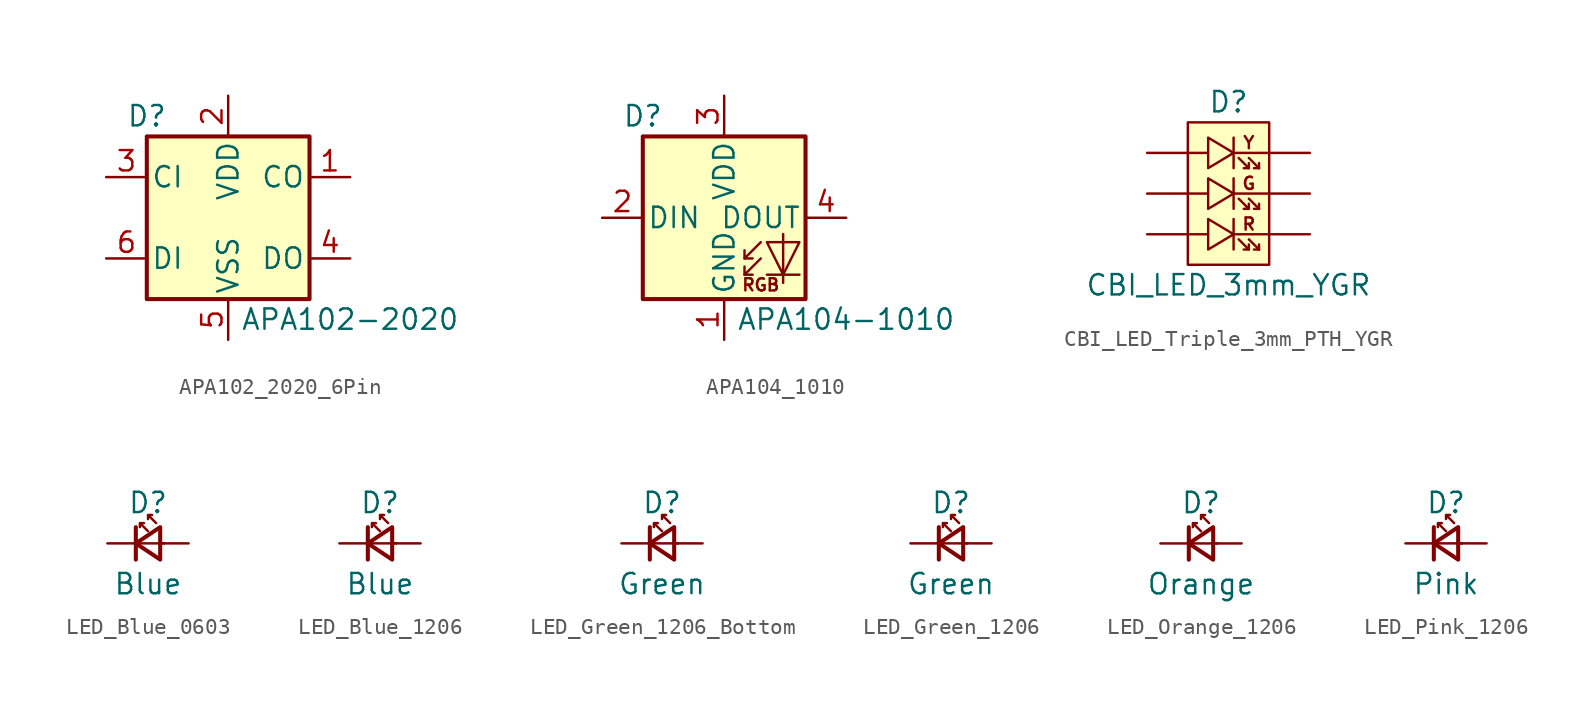
<source format=kicad_sym>
(kicad_symbol_lib
  (version 20241209)
  (generator "kicad_symbol_editor")
  (generator_version "9.0")
  (symbol "APA102_2020_6Pin"
    (pin_names
      (offset 0.254))
    (property "Reference" "D"
      (at -5.08 6.35 0)
      (effects (font (size 1.27 1.27))))
    (property "Value" "APA102-2020"
      (at 7.62 -6.35 0)
      (do_not_autoplace)
      (effects (font (size 1.27 1.27))))
    (symbol "APA102_2020_6Pin_0_1"
      (rectangle (start -5.08 5.08) (end 5.08 -5.08) (stroke (width 0.254) (type default)) (fill (type background))))
    (symbol "APA102_2020_6Pin_1_1"
      (pin input line (at -7.62 2.54 0) (length 2.54) (name "CI" (effects (font (size 1.27 1.27)))) (number "3" (effects (font (size 1.27 1.27)))))
      (pin input line (at -7.62 -2.54 0) (length 2.54) (name "DI" (effects (font (size 1.27 1.27)))) (number "6" (effects (font (size 1.27 1.27)))))
      (pin power_in line (at 0 7.62 270) (length 2.54) (name "VDD" (effects (font (size 1.27 1.27)))) (number "2" (effects (font (size 1.27 1.27)))))
      (pin power_in line (at 0 -7.62 90) (length 2.54) (name "VSS" (effects (font (size 1.27 1.27)))) (number "5" (effects (font (size 1.27 1.27)))))
      (pin output line (at 7.62 2.54 180) (length 2.54) (name "CO" (effects (font (size 1.27 1.27)))) (number "1" (effects (font (size 1.27 1.27)))))
      (pin output line (at 7.62 -2.54 180) (length 2.54) (name "DO" (effects (font (size 1.27 1.27)))) (number "4" (effects (font (size 1.27 1.27)))))))
  (symbol "APA104_1010"
    (pin_names
      (offset 0.254))
    (property "Reference" "D"
      (at -5.08 6.35 0)
      (effects (font (size 1.27 1.27))))
    (property "Value" "APA104-1010"
      (at 7.62 -6.35 0)
      (do_not_autoplace)
      (effects (font (size 1.27 1.27))))
    (symbol "APA104_1010_0_0"
      (text "RGB" (at 2.286 -4.191 0) (effects (font (size 0.762 0.762)))))
    (symbol "APA104_1010_0_1"
      (polyline (pts (xy 1.27 -2.54) (xy 1.778 -2.54)) (stroke (width 0) (type default)) (fill (type none)))
      (polyline (pts (xy 1.27 -3.556) (xy 1.778 -3.556)) (stroke (width 0) (type default)) (fill (type none)))
      (polyline (pts (xy 2.286 -1.524) (xy 1.27 -2.54) (xy 1.27 -2.032)) (stroke (width 0) (type default)) (fill (type none)))
      (polyline (pts (xy 2.286 -2.54) (xy 1.27 -3.556) (xy 1.27 -3.048)) (stroke (width 0) (type default)) (fill (type none)))
      (polyline (pts (xy 3.683 -1.016) (xy 3.683 -3.556) (xy 3.683 -4.064)) (stroke (width 0) (type default)) (fill (type none)))
      (polyline (pts (xy 4.699 -1.524) (xy 2.667 -1.524) (xy 3.683 -3.556) (xy 4.699 -1.524)) (stroke (width 0) (type default)) (fill (type none)))
      (polyline (pts (xy 4.699 -3.556) (xy 2.667 -3.556)) (stroke (width 0) (type default)) (fill (type none)))
      (rectangle (start 5.08 5.08) (end -5.08 -5.08) (stroke (width 0.254) (type default)) (fill (type background))))
    (symbol "APA104_1010_1_1"
      (pin input line (at -7.62 0 0) (length 2.54) (name "DIN" (effects (font (size 1.27 1.27)))) (number "2" (effects (font (size 1.27 1.27)))))
      (pin power_in line (at 0 7.62 270) (length 2.54) (name "VDD" (effects (font (size 1.27 1.27)))) (number "3" (effects (font (size 1.27 1.27)))))
      (pin power_in line (at 0 -7.62 90) (length 2.54) (name "GND" (effects (font (size 1.27 1.27)))) (number "1" (effects (font (size 1.27 1.27)))))
      (pin output line (at 7.62 0 180) (length 2.54) (name "DOUT" (effects (font (size 1.27 1.27)))) (number "4" (effects (font (size 1.27 1.27)))))))
  (symbol "CBI_LED_Triple_3mm_PTH_YGR"
    (pin_numbers
      (hide yes))
    (pin_names
      (hide yes))
    (property "Reference" "D"
      (at 0 5.715 0)
      (effects (font (size 1.27 1.27))))
    (property "Value" "CBI_LED_3mm_YGR"
      (at 0 -5.715 0)
      (effects (font (size 1.27 1.27))))
    (symbol "CBI_LED_Triple_3mm_PTH_YGR_0_1"
      (polyline (pts (xy -2.54 2.54) (xy -1.27 2.54) (xy -1.27 3.493) (xy 0.318 2.54) (xy -1.27 1.587) (xy -1.27 2.54)) (stroke (width 0) (type default)) (fill (type none)))
      (polyline (pts (xy -2.54 0) (xy -1.27 0) (xy -1.27 0.953) (xy 0.318 0) (xy -1.27 -0.953) (xy -1.27 0)) (stroke (width 0) (type default)) (fill (type none)))
      (polyline (pts (xy -2.54 -2.54) (xy -1.27 -2.54) (xy -1.27 -1.587) (xy 0.318 -2.54) (xy -1.27 -3.493) (xy -1.27 -2.54)) (stroke (width 0) (type default)) (fill (type none)))
      (polyline (pts (xy 0.318 3.493) (xy 0.318 1.587)) (stroke (width 0) (type default)) (fill (type none)))
      (polyline (pts (xy 0.318 2.54) (xy 2.54 2.54)) (stroke (width 0) (type default)) (fill (type none)))
      (polyline (pts (xy 0.318 0.953) (xy 0.318 -0.953)) (stroke (width 0) (type default)) (fill (type none)))
      (polyline (pts (xy 0.318 0) (xy 2.54 0)) (stroke (width 0) (type default)) (fill (type none)))
      (polyline (pts (xy 0.318 -1.587) (xy 0.318 -3.493)) (stroke (width 0) (type default)) (fill (type none)))
      (polyline (pts (xy 0.318 -2.54) (xy 2.54 -2.54)) (stroke (width 0) (type default)) (fill (type none)))
      (polyline (pts (xy 0.635 2.223) (xy 1.27 1.587) (xy 0.953 1.587)) (stroke (width 0) (type default)) (fill (type none)))
      (polyline (pts (xy 0.635 -0.318) (xy 1.27 -0.953) (xy 0.953 -0.953)) (stroke (width 0) (type default)) (fill (type none)))
      (polyline (pts (xy 0.635 -2.857) (xy 1.27 -3.493) (xy 0.953 -3.493)) (stroke (width 0) (type default)) (fill (type none)))
      (polyline (pts (xy 1.27 2.223) (xy 1.905 1.587)) (stroke (width 0) (type default)) (fill (type none)))
      (polyline (pts (xy 1.27 1.587) (xy 1.27 1.905)) (stroke (width 0) (type default)) (fill (type none)))
      (polyline (pts (xy 1.27 -0.318) (xy 1.905 -0.953)) (stroke (width 0) (type default)) (fill (type none)))
      (polyline (pts (xy 1.27 -0.953) (xy 1.27 -0.635)) (stroke (width 0) (type default)) (fill (type none)))
      (polyline (pts (xy 1.27 -2.857) (xy 1.905 -3.493)) (stroke (width 0) (type default)) (fill (type none)))
      (polyline (pts (xy 1.27 -3.493) (xy 1.27 -3.175)) (stroke (width 0) (type default)) (fill (type none)))
      (polyline (pts (xy 1.905 1.587) (xy 1.587 1.587)) (stroke (width 0) (type default)) (fill (type none)))
      (polyline (pts (xy 1.905 1.587) (xy 1.905 1.905)) (stroke (width 0) (type default)) (fill (type none)))
      (polyline (pts (xy 1.905 -0.953) (xy 1.587 -0.953)) (stroke (width 0) (type default)) (fill (type none)))
      (polyline (pts (xy 1.905 -0.953) (xy 1.905 -0.635)) (stroke (width 0) (type default)) (fill (type none)))
      (polyline (pts (xy 1.905 -3.493) (xy 1.587 -3.493)) (stroke (width 0) (type default)) (fill (type none)))
      (polyline (pts (xy 1.905 -3.493) (xy 1.905 -3.175)) (stroke (width 0) (type default)) (fill (type none))))
    (symbol "CBI_LED_Triple_3mm_PTH_YGR_1_1"
      (rectangle (start -2.54 4.445) (end 2.54 -4.445) (stroke (width 0) (type default)) (fill (type background)))
      (text "Y" (at 1.27 3.175 0) (effects (font (size 0.762 0.762))))
      (text "G" (at 1.27 0.635 0) (effects (font (size 0.762 0.762))))
      (text "R" (at 1.27 -1.905 0) (effects (font (size 0.762 0.762))))
      (pin passive line (at -5.08 2.54 0) (length 2.54) (name "ANODE_1" (effects (font (size 1.27 1.27)))) (number "ANODE_1" (effects (font (size 1.27 1.27)))))
      (pin passive line (at -5.08 0 0) (length 2.54) (name "ANODE_2" (effects (font (size 1.27 1.27)))) (number "ANODE_2" (effects (font (size 1.27 1.27)))))
      (pin passive line (at -5.08 -2.54 0) (length 2.54) (name "ANODE_3" (effects (font (size 1.27 1.27)))) (number "ANODE_3" (effects (font (size 1.27 1.27)))))
      (pin passive line (at 5.08 2.54 180) (length 2.54) (name "CATHODE_1" (effects (font (size 1.27 1.27)))) (number "CATHODE_1" (effects (font (size 1.27 1.27)))))
      (pin passive line (at 5.08 0 180) (length 2.54) (name "CATHODE_2" (effects (font (size 1.27 1.27)))) (number "CATHODE_2" (effects (font (size 1.27 1.27)))))
      (pin passive line (at 5.08 -2.54 180) (length 2.54) (name "CATHODE_3" (effects (font (size 1.27 1.27)))) (number "CATHODE_3" (effects (font (size 1.27 1.27)))))))
  (symbol "LED_Blue_0603"
    (pin_numbers
      (hide yes))
    (pin_names
      (offset 1.016)
      (hide yes))
    (property "Reference" "D"
      (at 0 2.54 0)
      (effects (font (size 1.27 1.27))))
    (property "Value" "Blue"
      (at 0 -2.54 0)
      (effects (font (size 1.27 1.27))))
    (symbol "LED_Blue_0603_0_1"
      (polyline (pts (xy -0.762 -1.016) (xy -0.762 1.016)) (stroke (width 0.254) (type default)) (fill (type none)))
      (polyline (pts (xy 0 0.762) (xy -0.508 1.27) (xy -0.254 1.27) (xy -0.508 1.27) (xy -0.508 1.016)) (stroke (width 0) (type default)) (fill (type none)))
      (polyline (pts (xy 0.508 1.27) (xy 0 1.778) (xy 0.254 1.778) (xy 0 1.778) (xy 0 1.524)) (stroke (width 0) (type default)) (fill (type none)))
      (polyline (pts (xy 0.762 -1.016) (xy -0.762 0) (xy 0.762 1.016) (xy 0.762 -1.016)) (stroke (width 0.254) (type default)) (fill (type none)))
      (polyline (pts (xy 1.016 0) (xy -0.762 0)) (stroke (width 0) (type default)) (fill (type none))))
    (symbol "LED_Blue_0603_1_1"
      (pin passive line (at -2.54 0 0) (length 1.778) (name "K" (effects (font (size 1.27 1.27)))) (number "1" (effects (font (size 1.27 1.27)))))
      (pin passive line (at 2.54 0 180) (length 1.778) (name "A" (effects (font (size 1.27 1.27)))) (number "2" (effects (font (size 1.27 1.27)))))))
  (symbol "LED_Blue_1206"
    (pin_numbers
      (hide yes))
    (pin_names
      (offset 1.016)
      (hide yes))
    (property "Reference" "D"
      (at 0 2.54 0)
      (effects (font (size 1.27 1.27))))
    (property "Value" "Blue"
      (at 0 -2.54 0)
      (effects (font (size 1.27 1.27))))
    (symbol "LED_Blue_1206_0_1"
      (polyline (pts (xy -0.762 -1.016) (xy -0.762 1.016)) (stroke (width 0.254) (type default)) (fill (type none)))
      (polyline (pts (xy 0 0.762) (xy -0.508 1.27) (xy -0.254 1.27) (xy -0.508 1.27) (xy -0.508 1.016)) (stroke (width 0) (type default)) (fill (type none)))
      (polyline (pts (xy 0.508 1.27) (xy 0 1.778) (xy 0.254 1.778) (xy 0 1.778) (xy 0 1.524)) (stroke (width 0) (type default)) (fill (type none)))
      (polyline (pts (xy 0.762 -1.016) (xy -0.762 0) (xy 0.762 1.016) (xy 0.762 -1.016)) (stroke (width 0.254) (type default)) (fill (type none)))
      (polyline (pts (xy 1.016 0) (xy -0.762 0)) (stroke (width 0) (type default)) (fill (type none))))
    (symbol "LED_Blue_1206_1_1"
      (pin passive line (at -2.54 0 0) (length 1.778) (name "K" (effects (font (size 1.27 1.27)))) (number "1" (effects (font (size 1.27 1.27)))))
      (pin passive line (at 2.54 0 180) (length 1.778) (name "A" (effects (font (size 1.27 1.27)))) (number "2" (effects (font (size 1.27 1.27)))))))
  (symbol "LED_Green_1206_Bottom"
    (pin_numbers
      (hide yes))
    (pin_names
      (offset 1.016)
      (hide yes))
    (property "Reference" "D"
      (at 0 2.54 0)
      (effects (font (size 1.27 1.27))))
    (property "Value" "Green"
      (at 0 -2.54 0)
      (effects (font (size 1.27 1.27))))
    (symbol "LED_Green_1206_Bottom_0_1"
      (polyline (pts (xy -0.762 -1.016) (xy -0.762 1.016)) (stroke (width 0.254) (type default)) (fill (type none)))
      (polyline (pts (xy 0 0.762) (xy -0.508 1.27) (xy -0.254 1.27) (xy -0.508 1.27) (xy -0.508 1.016)) (stroke (width 0) (type default)) (fill (type none)))
      (polyline (pts (xy 0.508 1.27) (xy 0 1.778) (xy 0.254 1.778) (xy 0 1.778) (xy 0 1.524)) (stroke (width 0) (type default)) (fill (type none)))
      (polyline (pts (xy 0.762 -1.016) (xy -0.762 0) (xy 0.762 1.016) (xy 0.762 -1.016)) (stroke (width 0.254) (type default)) (fill (type none)))
      (polyline (pts (xy 1.016 0) (xy -0.762 0)) (stroke (width 0) (type default)) (fill (type none))))
    (symbol "LED_Green_1206_Bottom_1_1"
      (pin passive line (at -2.54 0 0) (length 1.778) (name "K" (effects (font (size 1.27 1.27)))) (number "1" (effects (font (size 1.27 1.27)))))
      (pin passive line (at 2.54 0 180) (length 1.778) (name "A" (effects (font (size 1.27 1.27)))) (number "2" (effects (font (size 1.27 1.27)))))))
  (symbol "LED_Green_1206"
    (pin_numbers
      (hide yes))
    (pin_names
      (offset 1.016)
      (hide yes))
    (property "Reference" "D"
      (at 0 2.54 0)
      (effects (font (size 1.27 1.27))))
    (property "Value" "Green"
      (at 0 -2.54 0)
      (effects (font (size 1.27 1.27))))
    (symbol "LED_Green_1206_0_1"
      (polyline (pts (xy -0.762 -1.016) (xy -0.762 1.016)) (stroke (width 0.254) (type default)) (fill (type none)))
      (polyline (pts (xy 0 0.762) (xy -0.508 1.27) (xy -0.254 1.27) (xy -0.508 1.27) (xy -0.508 1.016)) (stroke (width 0) (type default)) (fill (type none)))
      (polyline (pts (xy 0.508 1.27) (xy 0 1.778) (xy 0.254 1.778) (xy 0 1.778) (xy 0 1.524)) (stroke (width 0) (type default)) (fill (type none)))
      (polyline (pts (xy 0.762 -1.016) (xy -0.762 0) (xy 0.762 1.016) (xy 0.762 -1.016)) (stroke (width 0.254) (type default)) (fill (type none)))
      (polyline (pts (xy 1.016 0) (xy -0.762 0)) (stroke (width 0) (type default)) (fill (type none))))
    (symbol "LED_Green_1206_1_1"
      (pin passive line (at -2.54 0 0) (length 1.778) (name "K" (effects (font (size 1.27 1.27)))) (number "1" (effects (font (size 1.27 1.27)))))
      (pin passive line (at 2.54 0 180) (length 1.778) (name "A" (effects (font (size 1.27 1.27)))) (number "2" (effects (font (size 1.27 1.27)))))))
  (symbol "LED_Orange_1206"
    (pin_numbers
      (hide yes))
    (pin_names
      (offset 1.016)
      (hide yes))
    (property "Reference" "D"
      (at 0 2.54 0)
      (effects (font (size 1.27 1.27))))
    (property "Value" "Orange"
      (at 0 -2.54 0)
      (effects (font (size 1.27 1.27))))
    (symbol "LED_Orange_1206_0_1"
      (polyline (pts (xy -0.762 -1.016) (xy -0.762 1.016)) (stroke (width 0.254) (type default)) (fill (type none)))
      (polyline (pts (xy 0 0.762) (xy -0.508 1.27) (xy -0.254 1.27) (xy -0.508 1.27) (xy -0.508 1.016)) (stroke (width 0) (type default)) (fill (type none)))
      (polyline (pts (xy 0.508 1.27) (xy 0 1.778) (xy 0.254 1.778) (xy 0 1.778) (xy 0 1.524)) (stroke (width 0) (type default)) (fill (type none)))
      (polyline (pts (xy 0.762 -1.016) (xy -0.762 0) (xy 0.762 1.016) (xy 0.762 -1.016)) (stroke (width 0.254) (type default)) (fill (type none)))
      (polyline (pts (xy 1.016 0) (xy -0.762 0)) (stroke (width 0) (type default)) (fill (type none))))
    (symbol "LED_Orange_1206_1_1"
      (pin passive line (at -2.54 0 0) (length 1.778) (name "K" (effects (font (size 1.27 1.27)))) (number "1" (effects (font (size 1.27 1.27)))))
      (pin passive line (at 2.54 0 180) (length 1.778) (name "A" (effects (font (size 1.27 1.27)))) (number "2" (effects (font (size 1.27 1.27)))))))
  (symbol "LED_Pink_1206"
    (pin_numbers
      (hide yes))
    (pin_names
      (offset 1.016)
      (hide yes))
    (property "Reference" "D"
      (at 0 2.54 0)
      (effects (font (size 1.27 1.27))))
    (property "Value" "Pink"
      (at 0 -2.54 0)
      (effects (font (size 1.27 1.27))))
    (symbol "LED_Pink_1206_0_1"
      (polyline (pts (xy -0.762 -1.016) (xy -0.762 1.016)) (stroke (width 0.254) (type default)) (fill (type none)))
      (polyline (pts (xy 0 0.762) (xy -0.508 1.27) (xy -0.254 1.27) (xy -0.508 1.27) (xy -0.508 1.016)) (stroke (width 0) (type default)) (fill (type none)))
      (polyline (pts (xy 0.508 1.27) (xy 0 1.778) (xy 0.254 1.778) (xy 0 1.778) (xy 0 1.524)) (stroke (width 0) (type default)) (fill (type none)))
      (polyline (pts (xy 0.762 -1.016) (xy -0.762 0) (xy 0.762 1.016) (xy 0.762 -1.016)) (stroke (width 0.254) (type default)) (fill (type none)))
      (polyline (pts (xy 1.016 0) (xy -0.762 0)) (stroke (width 0) (type default)) (fill (type none))))
    (symbol "LED_Pink_1206_1_1"
      (pin passive line (at -2.54 0 0) (length 1.778) (name "K" (effects (font (size 1.27 1.27)))) (number "1" (effects (font (size 1.27 1.27)))))
      (pin passive line (at 2.54 0 180) (length 1.778) (name "A" (effects (font (size 1.27 1.27)))) (number "2" (effects (font (size 1.27 1.27))))))))
</source>
